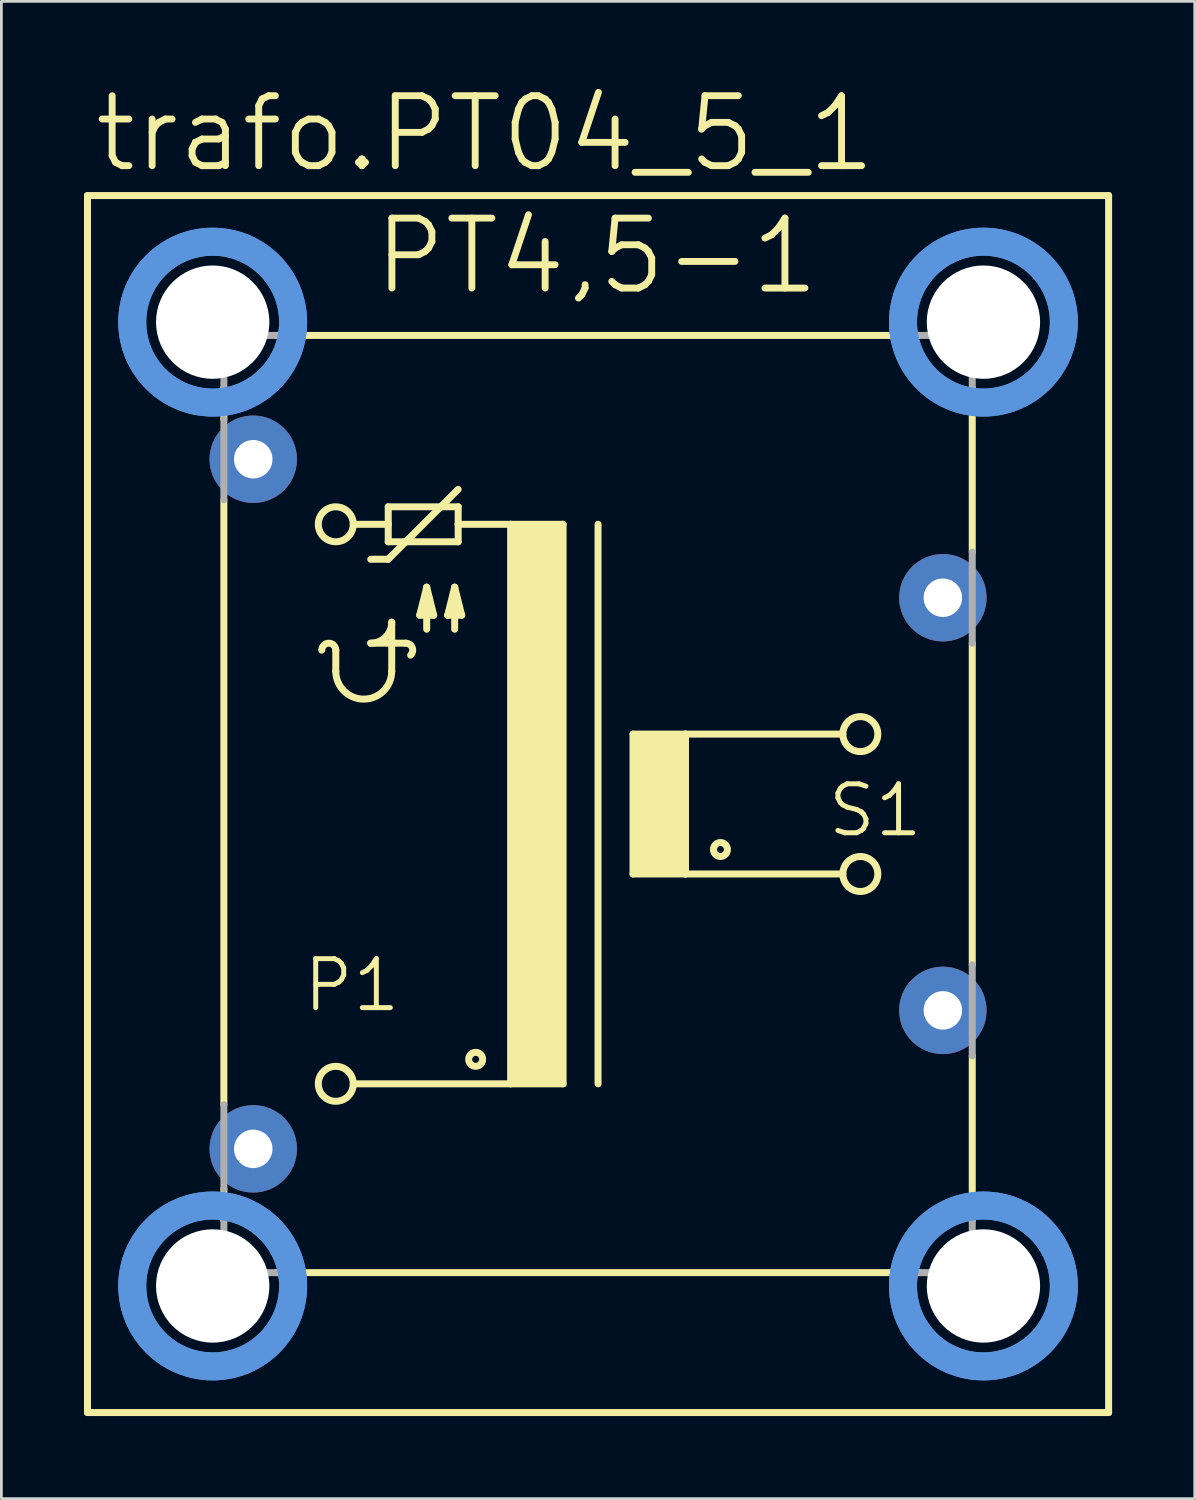
<source format=kicad_pcb>
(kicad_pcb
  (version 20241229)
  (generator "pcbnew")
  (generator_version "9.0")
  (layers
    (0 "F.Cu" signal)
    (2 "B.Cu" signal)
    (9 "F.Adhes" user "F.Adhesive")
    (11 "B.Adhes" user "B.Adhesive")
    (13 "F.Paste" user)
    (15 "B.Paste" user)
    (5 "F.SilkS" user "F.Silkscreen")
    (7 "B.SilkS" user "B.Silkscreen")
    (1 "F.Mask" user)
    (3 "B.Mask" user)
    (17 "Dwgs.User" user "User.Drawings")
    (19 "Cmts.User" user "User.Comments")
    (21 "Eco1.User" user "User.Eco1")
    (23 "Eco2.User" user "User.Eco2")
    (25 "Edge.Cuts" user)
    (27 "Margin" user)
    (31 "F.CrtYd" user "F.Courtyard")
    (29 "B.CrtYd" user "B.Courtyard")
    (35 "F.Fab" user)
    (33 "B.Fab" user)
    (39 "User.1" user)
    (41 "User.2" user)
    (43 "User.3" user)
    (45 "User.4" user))
  (footprint "trafo.PT04_5_1"
    (layer "F.Cu")
    (at 18.669 26.15)
    (property "Reference" "trafo.PT04_5_1" (at -18.415 -22.86 0) (layer "F.SilkS") (effects (font (size 2.54 2.54) (thickness 0.25)) (justify left bottom)))
    (attr through_hole)
    (fp_line (start -18.542 22.098) (end -18.542 -22.098) (stroke (width 0.254) (type default)) (layer "F.SilkS"))
    (fp_line (start -18.542 22.098) (end 18.542 22.098) (stroke (width 0.254) (type default)) (layer "F.SilkS"))
    (fp_line (start -13.589 -13.97) (end -13.589 -15.113) (stroke (width 0.254) (type default)) (layer "F.SilkS"))
    (fp_line (start -13.589 10.922) (end -13.589 -11.049) (stroke (width 0.254) (type default)) (layer "F.SilkS"))
    (fp_line (start -13.589 15.113) (end -13.589 13.97) (stroke (width 0.254) (type default)) (layer "F.SilkS"))
    (fp_line (start -11.684 -17.018) (end 11.684 -17.018) (stroke (width 0.254) (type default)) (layer "F.SilkS"))
    (fp_line (start -9.525 -4.826) (end -9.525 -5.588) (stroke (width 0.254) (type default)) (layer "F.SilkS"))
    (fp_line (start -8.89 -10.16) (end -7.62 -10.16) (stroke (width 0.254) (type default)) (layer "F.SilkS"))
    (fp_line (start -8.255 -8.89) (end -7.62 -8.89) (stroke (width 0.254) (type default)) (layer "F.SilkS"))
    (fp_line (start -8.255 -5.842) (end -6.985 -5.842) (stroke (width 0.254) (type default)) (layer "F.SilkS"))
    (fp_line (start -7.62 -10.795) (end -7.62 -10.16) (stroke (width 0.254) (type default)) (layer "F.SilkS"))
    (fp_line (start -7.62 -10.16) (end -7.62 -9.525) (stroke (width 0.254) (type default)) (layer "F.SilkS"))
    (fp_line (start -7.62 -9.525) (end -5.08 -9.525) (stroke (width 0.254) (type default)) (layer "F.SilkS"))
    (fp_line (start -7.62 -8.89) (end -5.08 -11.43) (stroke (width 0.254) (type default)) (layer "F.SilkS"))
    (fp_line (start -7.493 -4.826) (end -7.493 -6.604) (stroke (width 0.254) (type default)) (layer "F.SilkS"))
    (fp_line (start -6.477 -6.858) (end -5.969 -6.858) (stroke (width 0.254) (type default)) (layer "F.SilkS"))
    (fp_line (start -6.223 -7.874) (end -6.477 -6.858) (stroke (width 0.254) (type default)) (layer "F.SilkS"))
    (fp_line (start -6.223 -6.35) (end -6.223 -7.874) (stroke (width 0.254) (type default)) (layer "F.SilkS"))
    (fp_line (start -5.969 -6.858) (end -6.223 -7.874) (stroke (width 0.254) (type default)) (layer "F.SilkS"))
    (fp_line (start -5.461 -6.858) (end -4.953 -6.858) (stroke (width 0.254) (type default)) (layer "F.SilkS"))
    (fp_line (start -5.207 -7.874) (end -5.461 -6.858) (stroke (width 0.254) (type default)) (layer "F.SilkS"))
    (fp_line (start -5.207 -6.35) (end -5.207 -7.874) (stroke (width 0.254) (type default)) (layer "F.SilkS"))
    (fp_line (start -5.08 -10.795) (end -7.62 -10.795) (stroke (width 0.254) (type default)) (layer "F.SilkS"))
    (fp_line (start -5.08 -10.16) (end -5.08 -10.795) (stroke (width 0.254) (type default)) (layer "F.SilkS"))
    (fp_line (start -5.08 -10.16) (end -3.175 -10.16) (stroke (width 0.254) (type default)) (layer "F.SilkS"))
    (fp_line (start -5.08 -9.525) (end -5.08 -10.16) (stroke (width 0.254) (type default)) (layer "F.SilkS"))
    (fp_line (start -4.953 -6.858) (end -5.207 -7.874) (stroke (width 0.254) (type default)) (layer "F.SilkS"))
    (fp_line (start -3.175 -10.16) (end -3.175 10.16) (stroke (width 0.254) (type default)) (layer "F.SilkS"))
    (fp_line (start -3.175 -10.16) (end -1.27 -10.16) (stroke (width 0.254) (type default)) (layer "F.SilkS"))
    (fp_line (start -3.175 10.16) (end -8.89 10.16) (stroke (width 0.254) (type default)) (layer "F.SilkS"))
    (fp_line (start -1.27 -10.16) (end -1.27 10.16) (stroke (width 0.254) (type default)) (layer "F.SilkS"))
    (fp_line (start -1.27 10.16) (end -3.175 10.16) (stroke (width 0.254) (type default)) (layer "F.SilkS"))
    (fp_line (start 0 -10.16) (end 0 10.16) (stroke (width 0.254) (type default)) (layer "F.SilkS"))
    (fp_line (start 1.27 -2.54) (end 1.27 2.54) (stroke (width 0.254) (type default)) (layer "F.SilkS"))
    (fp_line (start 1.27 -2.54) (end 3.175 -2.54) (stroke (width 0.254) (type default)) (layer "F.SilkS"))
    (fp_line (start 1.27 2.54) (end 3.175 2.54) (stroke (width 0.254) (type default)) (layer "F.SilkS"))
    (fp_line (start 3.175 -2.54) (end 8.89 -2.54) (stroke (width 0.254) (type default)) (layer "F.SilkS"))
    (fp_line (start 3.175 2.54) (end 3.175 -2.54) (stroke (width 0.254) (type default)) (layer "F.SilkS"))
    (fp_line (start 3.175 2.54) (end 8.89 2.54) (stroke (width 0.254) (type default)) (layer "F.SilkS"))
    (fp_line (start 11.684 17.018) (end -11.684 17.018) (stroke (width 0.254) (type default)) (layer "F.SilkS"))
    (fp_line (start 13.589 -15.113) (end 13.589 -9.144) (stroke (width 0.254) (type default)) (layer "F.SilkS"))
    (fp_line (start 13.589 5.842) (end 13.589 -5.842) (stroke (width 0.254) (type default)) (layer "F.SilkS"))
    (fp_line (start 13.589 15.113) (end 13.589 9.144) (stroke (width 0.254) (type default)) (layer "F.SilkS"))
    (fp_line (start 18.542 -22.098) (end -18.542 -22.098) (stroke (width 0.254) (type default)) (layer "F.SilkS"))
    (fp_line (start 18.542 -22.098) (end 18.542 22.098) (stroke (width 0.254) (type default)) (layer "F.SilkS"))
    (fp_rect (start -3.175 10.16) (end -1.27 -10.16) (stroke (width 0.05) (type default)) (fill yes) (layer "F.SilkS"))
    (fp_rect (start 1.27 2.54) (end 3.175 -2.54) (stroke (width 0.05) (type default)) (fill yes) (layer "F.SilkS"))
    (fp_arc (start -10.033 -5.588) (mid -9.779 -5.842) (end -9.525 -5.588) (stroke (width 0.254) (type default)) (layer "F.SilkS"))
    (fp_arc (start -7.493 -6.604) (mid -7.716185 -6.065185) (end -8.255 -5.842) (stroke (width 0.254) (type default)) (layer "F.SilkS"))
    (fp_arc (start -7.493 -4.826) (mid -8.509 -3.81) (end -9.525 -4.826) (stroke (width 0.254) (type default)) (layer "F.SilkS"))
    (fp_arc (start -6.985 -5.842) (mid -6.750338 -5.685203) (end -6.8054 -5.4084) (stroke (width 0.254) (type default)) (layer "F.SilkS"))
    (fp_circle (center -9.525 -10.16) (end -8.89 -10.16) (stroke (width 0.254) (type default)) (fill no) (layer "F.SilkS"))
    (fp_circle (center -9.525 10.16) (end -8.89 10.16) (stroke (width 0.254) (type default)) (fill no) (layer "F.SilkS"))
    (fp_circle (center -4.445 9.271) (end -4.191 9.271) (stroke (width 0.254) (type default)) (fill no) (layer "F.SilkS"))
    (fp_circle (center 4.445 1.651) (end 4.699 1.651) (stroke (width 0.254) (type default)) (fill no) (layer "F.SilkS"))
    (fp_circle (center 9.525 -2.54) (end 10.16 -2.54) (stroke (width 0.254) (type default)) (fill no) (layer "F.SilkS"))
    (fp_circle (center 9.525 2.54) (end 10.16 2.54) (stroke (width 0.254) (type default)) (fill no) (layer "F.SilkS"))
    (fp_circle (center -13.995 -17.501) (end -11.074 -17.501) (stroke (width 1.016) (type default)) (fill no) (layer "Cmts.User"))
    (fp_circle (center -13.995 -17.501) (end -11.074 -17.501) (stroke (width 1.016) (type default)) (fill no) (layer "Cmts.User"))
    (fp_circle (center -13.995 17.501) (end -11.074 17.501) (stroke (width 1.016) (type default)) (fill no) (layer "Cmts.User"))
    (fp_circle (center -13.995 17.501) (end -11.074 17.501) (stroke (width 1.016) (type default)) (fill no) (layer "Cmts.User"))
    (fp_circle (center 13.995 -17.501) (end 16.916 -17.501) (stroke (width 1.016) (type default)) (fill no) (layer "Cmts.User"))
    (fp_circle (center 13.995 -17.501) (end 16.916 -17.501) (stroke (width 1.016) (type default)) (fill no) (layer "Cmts.User"))
    (fp_circle (center 13.995 17.501) (end 16.916 17.501) (stroke (width 1.016) (type default)) (fill no) (layer "Cmts.User"))
    (fp_circle (center 13.995 17.501) (end 16.916 17.501) (stroke (width 1.016) (type default)) (fill no) (layer "Cmts.User"))
    (fp_line (start -13.589 -17.018) (end -11.684 -17.018) (stroke (width 0.254) (type default)) (layer "F.Fab"))
    (fp_line (start -13.589 -15.113) (end -13.589 -17.018) (stroke (width 0.254) (type default)) (layer "F.Fab"))
    (fp_line (start -13.589 -11.049) (end -13.589 -13.97) (stroke (width 0.254) (type default)) (layer "F.Fab"))
    (fp_line (start -13.589 13.97) (end -13.589 10.922) (stroke (width 0.254) (type default)) (layer "F.Fab"))
    (fp_line (start -13.589 17.018) (end -13.589 15.113) (stroke (width 0.254) (type default)) (layer "F.Fab"))
    (fp_line (start -13.589 17.018) (end -11.684 17.018) (stroke (width 0.254) (type default)) (layer "F.Fab"))
    (fp_line (start 11.684 -17.018) (end 13.589 -17.018) (stroke (width 0.254) (type default)) (layer "F.Fab"))
    (fp_line (start 11.684 17.018) (end 13.589 17.018) (stroke (width 0.254) (type default)) (layer "F.Fab"))
    (fp_line (start 13.589 -15.113) (end 13.589 -17.018) (stroke (width 0.254) (type default)) (layer "F.Fab"))
    (fp_line (start 13.589 -5.842) (end 13.589 -9.144) (stroke (width 0.254) (type default)) (layer "F.Fab"))
    (fp_line (start 13.589 9.144) (end 13.589 5.842) (stroke (width 0.254) (type default)) (layer "F.Fab"))
    (fp_line (start 13.589 17.018) (end 13.589 15.113) (stroke (width 0.254) (type default)) (layer "F.Fab"))
    (fp_text user "P1" (at -10.795 7.62 0) (layer "F.SilkS") (effects (font (size 1.778 1.778) (thickness 0.18)) (justify left bottom)))
    (fp_text user "PT4,5-1" (at -8.255 -18.415 0) (layer "F.SilkS") (effects (font (size 2.54 2.54) (thickness 0.25)) (justify left bottom)))
    (fp_text user "S1" (at 8.255 1.27 0) (layer "F.SilkS") (effects (font (size 1.778 1.778) (thickness 0.18)) (justify left bottom)))
    (pad "" np_thru_hole circle (at -13.995 -17.501) (size 4.115 4.115) (drill 4.115) (layers "*.Cu" "*.Mask"))
    (pad "" np_thru_hole circle (at -13.995 17.501) (size 4.115 4.115) (drill 4.115) (layers "*.Cu" "*.Mask"))
    (pad "" np_thru_hole circle (at 13.995 -17.501) (size 4.115 4.115) (drill 4.115) (layers "*.Cu" "*.Mask"))
    (pad "" np_thru_hole circle (at 13.995 17.501) (size 4.115 4.115) (drill 4.115) (layers "*.Cu" "*.Mask"))
    (pad "1" thru_hole circle (at -12.522 -12.522) (size 3.175 3.175) (drill 1.397) (layers "*.Cu" "*.Mask"))
    (pad "2" thru_hole circle (at -12.522 12.522) (size 3.175 3.175) (drill 1.397) (layers "*.Cu" "*.Mask"))
    (pad "3" thru_hole circle (at 12.522 7.493) (size 3.175 3.175) (drill 1.397) (layers "*.Cu" "*.Mask"))
    (pad "4" thru_hole circle (at 12.522 -7.493) (size 3.175 3.175) (drill 1.397) (layers "*.Cu" "*.Mask")))
  (gr_rect
    (start -3 -3)
    (end 40.338 51.375)
    (stroke (width 0.1) (type default))
    (fill no)
    (layer "Edge.Cuts")))
</source>
